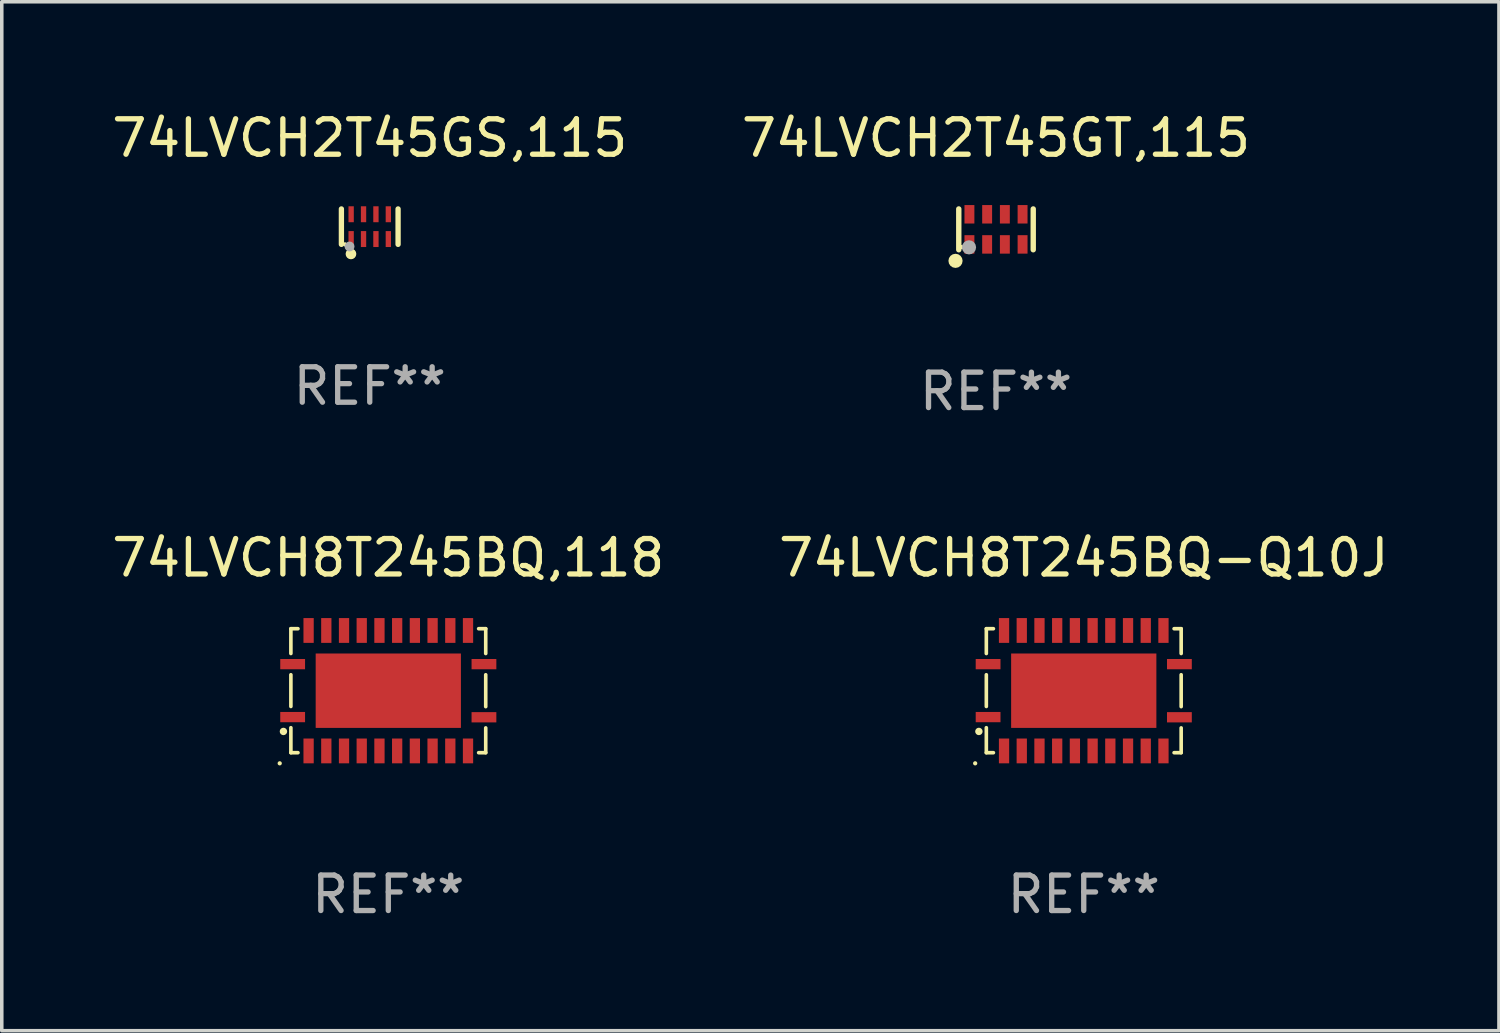
<source format=kicad_pcb>
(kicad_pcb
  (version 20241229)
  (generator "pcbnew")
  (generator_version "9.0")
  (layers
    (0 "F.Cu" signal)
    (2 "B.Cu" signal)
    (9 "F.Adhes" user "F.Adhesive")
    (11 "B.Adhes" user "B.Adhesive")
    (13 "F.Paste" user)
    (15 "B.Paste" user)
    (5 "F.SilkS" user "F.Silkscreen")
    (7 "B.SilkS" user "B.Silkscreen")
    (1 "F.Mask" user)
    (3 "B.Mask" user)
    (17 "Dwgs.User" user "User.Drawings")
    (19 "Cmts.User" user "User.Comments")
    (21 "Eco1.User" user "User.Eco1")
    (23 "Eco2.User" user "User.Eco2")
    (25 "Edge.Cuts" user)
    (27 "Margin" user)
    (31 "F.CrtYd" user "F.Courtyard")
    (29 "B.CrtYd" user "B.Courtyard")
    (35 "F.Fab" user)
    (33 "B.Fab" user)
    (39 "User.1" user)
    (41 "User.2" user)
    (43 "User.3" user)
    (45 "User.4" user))
  (footprint "74LVCH2T45GT,115"
    (layer "F.Cu")
    (at 25.065 3.424)
    (property "Reference" "74LVCH2T45GT,115" (at 0 -2.576 0) (layer "F.SilkS") (effects (font (size 1 1) (thickness 0.15))))
    (attr through_hole)
    (fp_line (start -1.051 0.576) (end -1.051 -0.576) (stroke (width 0.152) (type solid)) (layer "F.SilkS"))
    (fp_line (start 1.051 -0.576) (end 1.051 0.576) (stroke (width 0.152) (type solid)) (layer "F.SilkS"))
    (fp_circle (center -1.143 0.889) (end -1.043 0.889) (stroke (width 0.2) (type solid)) (fill no) (layer "F.SilkS"))
    (fp_circle (center -0.975 0.5) (end -0.945 0.5) (stroke (width 0.06) (type solid)) (fill no) (layer "F.SilkS"))
    (fp_circle (center -0.762 0.508) (end -0.662 0.508) (stroke (width 0.2) (type solid)) (fill no) (layer "F.Fab"))
    (fp_text user "REF**" (at 0 4.576 0) (layer "F.Fab") (effects (font (size 1 1) (thickness 0.15))))
    (pad "1" smd rect (at -0.75 0.425) (size 0.28 0.521) (layers "F.Cu" "F.Mask" "F.Paste"))
    (pad "2" smd rect (at -0.25 0.425) (size 0.28 0.521) (layers "F.Cu" "F.Mask" "F.Paste"))
    (pad "3" smd rect (at 0.25 0.425) (size 0.28 0.521) (layers "F.Cu" "F.Mask" "F.Paste"))
    (pad "4" smd rect (at 0.75 0.425) (size 0.28 0.521) (layers "F.Cu" "F.Mask" "F.Paste"))
    (pad "5" smd rect (at 0.75 -0.425) (size 0.28 0.521) (layers "F.Cu" "F.Mask" "F.Paste"))
    (pad "6" smd rect (at 0.25 -0.425) (size 0.28 0.521) (layers "F.Cu" "F.Mask" "F.Paste"))
    (pad "7" smd rect (at -0.25 -0.425) (size 0.28 0.521) (layers "F.Cu" "F.Mask" "F.Paste"))
    (pad "8" smd rect (at -0.75 -0.425) (size 0.28 0.521) (layers "F.Cu" "F.Mask" "F.Paste")))
  (footprint "74LVCH8T245BQ-Q10J"
    (layer "F.Cu")
    (at 27.542 16.447)
    (property "Reference" "74LVCH8T245BQ-Q10J" (at 0 -3.75 0) (layer "F.SilkS") (effects (font (size 1 1) (thickness 0.15))))
    (attr through_hole)
    (fp_line (start -2.75 -1.75) (end -2.75 -1.05) (stroke (width 0.102) (type solid)) (layer "F.SilkS"))
    (fp_line (start -2.75 -1.75) (end -2.55 -1.75) (stroke (width 0.102) (type solid)) (layer "F.SilkS"))
    (fp_line (start -2.75 -0.45) (end -2.75 0.445) (stroke (width 0.102) (type solid)) (layer "F.SilkS"))
    (fp_line (start -2.75 1.75) (end -2.75 1.045) (stroke (width 0.102) (type solid)) (layer "F.SilkS"))
    (fp_line (start -2.55 1.75) (end -2.75 1.75) (stroke (width 0.102) (type solid)) (layer "F.SilkS"))
    (fp_line (start 2.55 -1.75) (end 2.75 -1.75) (stroke (width 0.102) (type solid)) (layer "F.SilkS"))
    (fp_line (start 2.75 -1.75) (end 2.75 -1.05) (stroke (width 0.102) (type solid)) (layer "F.SilkS"))
    (fp_line (start 2.75 -0.45) (end 2.75 0.45) (stroke (width 0.102) (type solid)) (layer "F.SilkS"))
    (fp_line (start 2.75 1.05) (end 2.75 1.75) (stroke (width 0.102) (type solid)) (layer "F.SilkS"))
    (fp_line (start 2.75 1.75) (end 2.55 1.75) (stroke (width 0.102) (type solid)) (layer "F.SilkS"))
    (fp_circle (center -3.065 2.05) (end -3.035 2.05) (stroke (width 0.06) (type solid)) (fill no) (layer "F.SilkS"))
    (fp_circle (center -2.96 1.15) (end -2.906 1.15) (stroke (width 0.102) (type solid)) (fill no) (layer "F.SilkS"))
    (fp_text user "REF**" (at 0 5.75 0) (layer "F.Fab") (effects (font (size 1 1) (thickness 0.15))))
    (pad "1" smd rect (at -2.7 0.745 90) (size 0.29 0.7) (layers "F.Cu" "F.Mask" "F.Paste"))
    (pad "2" smd rect (at -2.25 1.7) (size 0.29 0.7) (layers "F.Cu" "F.Mask" "F.Paste"))
    (pad "3" smd rect (at -1.75 1.7) (size 0.29 0.7) (layers "F.Cu" "F.Mask" "F.Paste"))
    (pad "4" smd rect (at -1.25 1.7) (size 0.29 0.7) (layers "F.Cu" "F.Mask" "F.Paste"))
    (pad "5" smd rect (at -0.75 1.7) (size 0.29 0.7) (layers "F.Cu" "F.Mask" "F.Paste"))
    (pad "6" smd rect (at -0.25 1.7) (size 0.29 0.7) (layers "F.Cu" "F.Mask" "F.Paste"))
    (pad "7" smd rect (at 0.25 1.7) (size 0.29 0.7) (layers "F.Cu" "F.Mask" "F.Paste"))
    (pad "8" smd rect (at 0.75 1.7) (size 0.29 0.7) (layers "F.Cu" "F.Mask" "F.Paste"))
    (pad "9" smd rect (at 1.25 1.7) (size 0.29 0.7) (layers "F.Cu" "F.Mask" "F.Paste"))
    (pad "10" smd rect (at 1.75 1.7) (size 0.29 0.7) (layers "F.Cu" "F.Mask" "F.Paste"))
    (pad "11" smd rect (at 2.25 1.7) (size 0.29 0.7) (layers "F.Cu" "F.Mask" "F.Paste"))
    (pad "12" smd rect (at 2.7 0.75 90) (size 0.29 0.7) (layers "F.Cu" "F.Mask" "F.Paste"))
    (pad "13" smd rect (at 2.7 -0.75 90) (size 0.29 0.7) (layers "F.Cu" "F.Mask" "F.Paste"))
    (pad "14" smd rect (at 2.25 -1.7 180) (size 0.29 0.7) (layers "F.Cu" "F.Mask" "F.Paste"))
    (pad "15" smd rect (at 1.75 -1.7 180) (size 0.29 0.7) (layers "F.Cu" "F.Mask" "F.Paste"))
    (pad "16" smd rect (at 1.25 -1.7 180) (size 0.29 0.7) (layers "F.Cu" "F.Mask" "F.Paste"))
    (pad "17" smd rect (at 0.75 -1.7 180) (size 0.29 0.7) (layers "F.Cu" "F.Mask" "F.Paste"))
    (pad "18" smd rect (at 0.25 -1.7 180) (size 0.29 0.7) (layers "F.Cu" "F.Mask" "F.Paste"))
    (pad "19" smd rect (at -0.25 -1.7 180) (size 0.29 0.7) (layers "F.Cu" "F.Mask" "F.Paste"))
    (pad "20" smd rect (at -0.75 -1.7 180) (size 0.29 0.7) (layers "F.Cu" "F.Mask" "F.Paste"))
    (pad "21" smd rect (at -1.25 -1.7 180) (size 0.29 0.7) (layers "F.Cu" "F.Mask" "F.Paste"))
    (pad "22" smd rect (at -1.75 -1.7 180) (size 0.29 0.7) (layers "F.Cu" "F.Mask" "F.Paste"))
    (pad "23" smd rect (at -2.25 -1.7 180) (size 0.29 0.7) (layers "F.Cu" "F.Mask" "F.Paste"))
    (pad "24" smd rect (at -2.7 -0.75 270) (size 0.29 0.7) (layers "F.Cu" "F.Mask" "F.Paste"))
    (pad "25" smd rect (at 0 0) (size 4.1 2.1) (layers "F.Cu" "F.Mask" "F.Paste")))
  (footprint "74LVCH8T245BQ,118"
    (layer "F.Cu")
    (at 7.911 16.447)
    (property "Reference" "74LVCH8T245BQ,118" (at 0 -3.75 0) (layer "F.SilkS") (effects (font (size 1 1) (thickness 0.15))))
    (attr through_hole)
    (fp_line (start -2.75 -1.75) (end -2.75 -1.05) (stroke (width 0.102) (type solid)) (layer "F.SilkS"))
    (fp_line (start -2.75 -1.75) (end -2.55 -1.75) (stroke (width 0.102) (type solid)) (layer "F.SilkS"))
    (fp_line (start -2.75 -0.45) (end -2.75 0.445) (stroke (width 0.102) (type solid)) (layer "F.SilkS"))
    (fp_line (start -2.75 1.75) (end -2.75 1.045) (stroke (width 0.102) (type solid)) (layer "F.SilkS"))
    (fp_line (start -2.55 1.75) (end -2.75 1.75) (stroke (width 0.102) (type solid)) (layer "F.SilkS"))
    (fp_line (start 2.55 -1.75) (end 2.75 -1.75) (stroke (width 0.102) (type solid)) (layer "F.SilkS"))
    (fp_line (start 2.75 -1.75) (end 2.75 -1.05) (stroke (width 0.102) (type solid)) (layer "F.SilkS"))
    (fp_line (start 2.75 -0.45) (end 2.75 0.45) (stroke (width 0.102) (type solid)) (layer "F.SilkS"))
    (fp_line (start 2.75 1.05) (end 2.75 1.75) (stroke (width 0.102) (type solid)) (layer "F.SilkS"))
    (fp_line (start 2.75 1.75) (end 2.55 1.75) (stroke (width 0.102) (type solid)) (layer "F.SilkS"))
    (fp_circle (center -3.065 2.05) (end -3.035 2.05) (stroke (width 0.06) (type solid)) (fill no) (layer "F.SilkS"))
    (fp_circle (center -2.96 1.15) (end -2.906 1.15) (stroke (width 0.102) (type solid)) (fill no) (layer "F.SilkS"))
    (fp_text user "REF**" (at 0 5.75 0) (layer "F.Fab") (effects (font (size 1 1) (thickness 0.15))))
    (pad "1" smd rect (at -2.7 0.745 90) (size 0.29 0.7) (layers "F.Cu" "F.Mask" "F.Paste"))
    (pad "2" smd rect (at -2.25 1.7) (size 0.29 0.7) (layers "F.Cu" "F.Mask" "F.Paste"))
    (pad "3" smd rect (at -1.75 1.7) (size 0.29 0.7) (layers "F.Cu" "F.Mask" "F.Paste"))
    (pad "4" smd rect (at -1.25 1.7) (size 0.29 0.7) (layers "F.Cu" "F.Mask" "F.Paste"))
    (pad "5" smd rect (at -0.75 1.7) (size 0.29 0.7) (layers "F.Cu" "F.Mask" "F.Paste"))
    (pad "6" smd rect (at -0.25 1.7) (size 0.29 0.7) (layers "F.Cu" "F.Mask" "F.Paste"))
    (pad "7" smd rect (at 0.25 1.7) (size 0.29 0.7) (layers "F.Cu" "F.Mask" "F.Paste"))
    (pad "8" smd rect (at 0.75 1.7) (size 0.29 0.7) (layers "F.Cu" "F.Mask" "F.Paste"))
    (pad "9" smd rect (at 1.25 1.7) (size 0.29 0.7) (layers "F.Cu" "F.Mask" "F.Paste"))
    (pad "10" smd rect (at 1.75 1.7) (size 0.29 0.7) (layers "F.Cu" "F.Mask" "F.Paste"))
    (pad "11" smd rect (at 2.25 1.7) (size 0.29 0.7) (layers "F.Cu" "F.Mask" "F.Paste"))
    (pad "12" smd rect (at 2.7 0.75 90) (size 0.29 0.7) (layers "F.Cu" "F.Mask" "F.Paste"))
    (pad "13" smd rect (at 2.7 -0.75 90) (size 0.29 0.7) (layers "F.Cu" "F.Mask" "F.Paste"))
    (pad "14" smd rect (at 2.25 -1.7 180) (size 0.29 0.7) (layers "F.Cu" "F.Mask" "F.Paste"))
    (pad "15" smd rect (at 1.75 -1.7 180) (size 0.29 0.7) (layers "F.Cu" "F.Mask" "F.Paste"))
    (pad "16" smd rect (at 1.25 -1.7 180) (size 0.29 0.7) (layers "F.Cu" "F.Mask" "F.Paste"))
    (pad "17" smd rect (at 0.75 -1.7 180) (size 0.29 0.7) (layers "F.Cu" "F.Mask" "F.Paste"))
    (pad "18" smd rect (at 0.25 -1.7 180) (size 0.29 0.7) (layers "F.Cu" "F.Mask" "F.Paste"))
    (pad "19" smd rect (at -0.25 -1.7 180) (size 0.29 0.7) (layers "F.Cu" "F.Mask" "F.Paste"))
    (pad "20" smd rect (at -0.75 -1.7 180) (size 0.29 0.7) (layers "F.Cu" "F.Mask" "F.Paste"))
    (pad "21" smd rect (at -1.25 -1.7 180) (size 0.29 0.7) (layers "F.Cu" "F.Mask" "F.Paste"))
    (pad "22" smd rect (at -1.75 -1.7 180) (size 0.29 0.7) (layers "F.Cu" "F.Mask" "F.Paste"))
    (pad "23" smd rect (at -2.25 -1.7 180) (size 0.29 0.7) (layers "F.Cu" "F.Mask" "F.Paste"))
    (pad "24" smd rect (at -2.7 -0.75 270) (size 0.29 0.7) (layers "F.Cu" "F.Mask" "F.Paste"))
    (pad "25" smd rect (at 0 0) (size 4.1 2.1) (layers "F.Cu" "F.Mask" "F.Paste")))
  (footprint "74LVCH2T45GS,115"
    (layer "F.Cu")
    (at 7.387 3.348)
    (property "Reference" "74LVCH2T45GS,115" (at 0 -2.5 0) (layer "F.SilkS") (effects (font (size 1 1) (thickness 0.15))))
    (attr through_hole)
    (fp_line (start -0.8 -0.5) (end -0.8 0.5) (stroke (width 0.15) (type solid)) (layer "F.SilkS"))
    (fp_line (start 0.8 -0.5) (end 0.8 0.5) (stroke (width 0.15) (type solid)) (layer "F.SilkS"))
    (fp_circle (center -0.7 0.5) (end -0.67 0.5) (stroke (width 0.06) (type solid)) (fill no) (layer "F.SilkS"))
    (fp_circle (center -0.53 0.77) (end -0.454 0.77) (stroke (width 0.15) (type solid)) (fill no) (layer "F.SilkS"))
    (fp_circle (center -0.57 0.56) (end -0.5 0.56) (stroke (width 0.14) (type solid)) (fill no) (layer "F.Fab"))
    (fp_text user "REF**" (at 0 4.5 0) (layer "F.Fab") (effects (font (size 1 1) (thickness 0.15))))
    (pad "1" smd rect (at -0.525 0.35) (size 0.15 0.45) (layers "F.Cu" "F.Mask" "F.Paste"))
    (pad "2" smd rect (at -0.175 0.35) (size 0.15 0.45) (layers "F.Cu" "F.Mask" "F.Paste"))
    (pad "3" smd rect (at 0.175 0.35) (size 0.15 0.45) (layers "F.Cu" "F.Mask" "F.Paste"))
    (pad "4" smd rect (at 0.525 0.35) (size 0.15 0.45) (layers "F.Cu" "F.Mask" "F.Paste"))
    (pad "5" smd rect (at 0.525 -0.35) (size 0.15 0.45) (layers "F.Cu" "F.Mask" "F.Paste"))
    (pad "6" smd rect (at 0.175 -0.35) (size 0.15 0.45) (layers "F.Cu" "F.Mask" "F.Paste"))
    (pad "7" smd rect (at -0.175 -0.35) (size 0.15 0.45) (layers "F.Cu" "F.Mask" "F.Paste"))
    (pad "8" smd rect (at -0.525 -0.35) (size 0.15 0.45) (layers "F.Cu" "F.Mask" "F.Paste")))
  (gr_rect
    (start -3 -3)
    (end 39.262 26.045)
    (stroke (width 0.1) (type default))
    (fill no)
    (layer "Edge.Cuts")))
</source>
